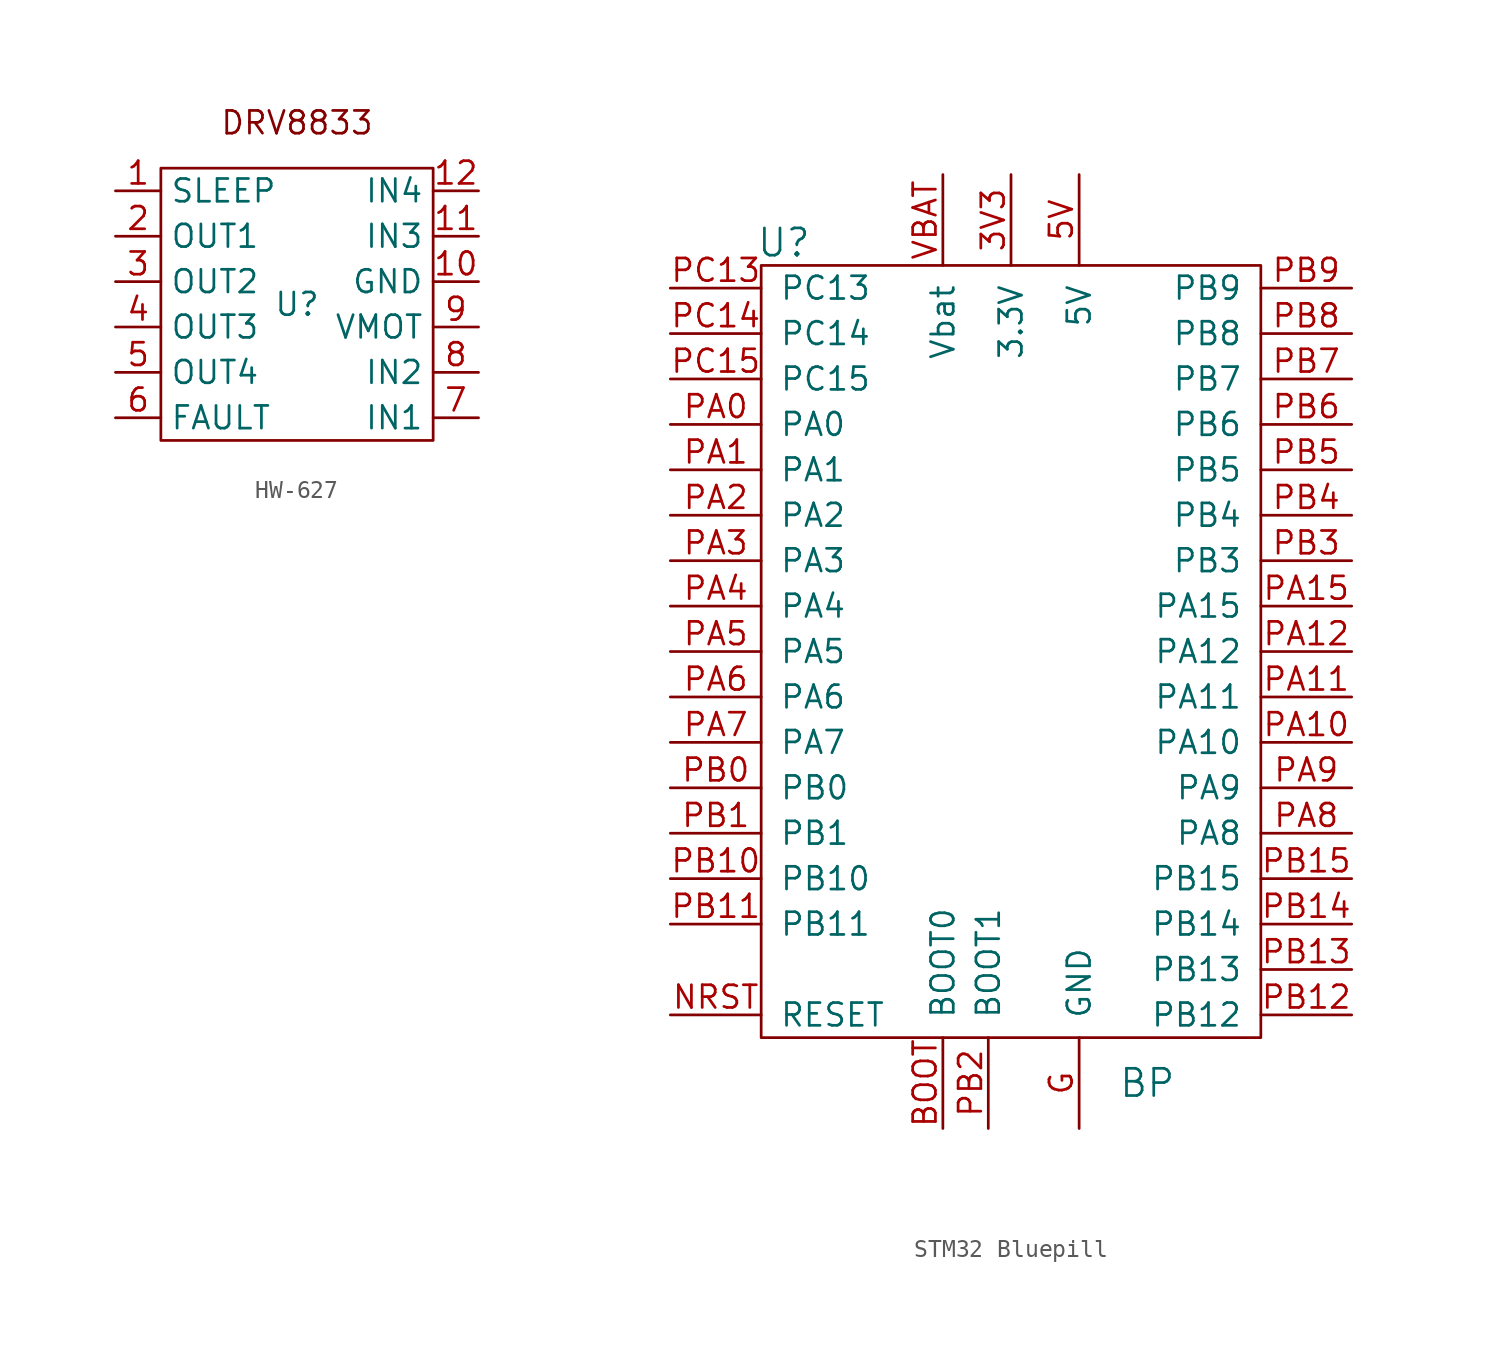
<source format=kicad_sym>
(kicad_symbol_lib
  (version 20220914)
  (generator kicad_symbol_editor)
  (symbol "HW-627"
    (property "Reference" "U"
      (at 0 0 0)
      (effects (font (size 1.27 1.27))))
    (property "Value" ""
      (at 2.54 3.81 0)
      (effects (font (size 1.27 1.27))))
    (symbol "HW-627_0_1"
      (rectangle (start -7.62 7.62) (end 7.62 -7.62) (stroke (width 0) (type default)) (fill (type none))))
    (symbol "HW-627_1_1"
      (text "DRV8833" (at 0 10.16 0) (effects (font (size 1.27 1.27))))
      (pin output line (at -10.16 6.35 0) (length 2.54) (name "SLEEP" (effects (font (size 1.27 1.27)))) (number "1" (effects (font (size 1.27 1.27)))))
      (pin power_out line (at 10.16 1.27 180) (length 2.54) (name "GND" (effects (font (size 1.27 1.27)))) (number "10" (effects (font (size 1.27 1.27)))))
      (pin input line (at 10.16 3.81 180) (length 2.54) (name "IN3" (effects (font (size 1.27 1.27)))) (number "11" (effects (font (size 1.27 1.27)))))
      (pin input line (at 10.16 6.35 180) (length 2.54) (name "IN4" (effects (font (size 1.27 1.27)))) (number "12" (effects (font (size 1.27 1.27)))))
      (pin output line (at -10.16 3.81 0) (length 2.54) (name "OUT1" (effects (font (size 1.27 1.27)))) (number "2" (effects (font (size 1.27 1.27)))))
      (pin output line (at -10.16 1.27 0) (length 2.54) (name "OUT2" (effects (font (size 1.27 1.27)))) (number "3" (effects (font (size 1.27 1.27)))))
      (pin output line (at -10.16 -1.27 0) (length 2.54) (name "OUT3" (effects (font (size 1.27 1.27)))) (number "4" (effects (font (size 1.27 1.27)))))
      (pin output line (at -10.16 -3.81 0) (length 2.54) (name "OUT4" (effects (font (size 1.27 1.27)))) (number "5" (effects (font (size 1.27 1.27)))))
      (pin output line (at -10.16 -6.35 0) (length 2.54) (name "FAULT" (effects (font (size 1.27 1.27)))) (number "6" (effects (font (size 1.27 1.27)))))
      (pin input line (at 10.16 -6.35 180) (length 2.54) (name "IN1" (effects (font (size 1.27 1.27)))) (number "7" (effects (font (size 1.27 1.27)))))
      (pin input line (at 10.16 -3.81 180) (length 2.54) (name "IN2" (effects (font (size 1.27 1.27)))) (number "8" (effects (font (size 1.27 1.27)))))
      (pin power_in line (at 10.16 -1.27 180) (length 2.54) (name "VMOT" (effects (font (size 1.27 1.27)))) (number "9" (effects (font (size 1.27 1.27)))))))
  (symbol "STM32 Bluepill"
    (pin_names
      (offset 1.016))
    (property "Reference" "U"
      (at -12.7 22.86 0)
      (effects (font (size 1.524 1.524))))
    (property "Value" "BP"
      (at 7.62 -24.13 0)
      (effects (font (size 1.524 1.524))))
    (symbol "STM32 Bluepill_0_1"
      (rectangle (start -13.97 21.59) (end 13.97 -21.59) (stroke (width 0) (type solid)) (fill (type none))))
    (symbol "STM32 Bluepill_1_1"
      (pin power_out line (at 0 26.67 270) (length 5.08) (name "3.3V" (effects (font (size 1.27 1.27)))) (number "3V3" (effects (font (size 1.27 1.27)))))
      (pin power_out line (at 3.81 26.67 270) (length 5.08) (name "5V" (effects (font (size 1.27 1.27)))) (number "5V" (effects (font (size 1.27 1.27)))))
      (pin input line (at -3.81 -26.67 90) (length 5.08) (name "BOOT0" (effects (font (size 1.27 1.27)))) (number "BOOT" (effects (font (size 1.27 1.27)))))
      (pin power_out line (at 3.81 -26.67 90) (length 5.08) (name "GND" (effects (font (size 1.27 1.27)))) (number "G" (effects (font (size 1.27 1.27)))))
      (pin input line (at -19.05 -20.32 0) (length 5.08) (name "RESET" (effects (font (size 1.27 1.27)))) (number "NRST" (effects (font (size 1.27 1.27)))))
      (pin bidirectional line (at -19.05 12.7 0) (length 5.08) (name "PA0" (effects (font (size 1.27 1.27)))) (number "PA0" (effects (font (size 1.27 1.27)))))
      (pin bidirectional line (at -19.05 10.16 0) (length 5.08) (name "PA1" (effects (font (size 1.27 1.27)))) (number "PA1" (effects (font (size 1.27 1.27)))))
      (pin bidirectional line (at 19.05 -5.08 180) (length 5.08) (name "PA10" (effects (font (size 1.27 1.27)))) (number "PA10" (effects (font (size 1.27 1.27)))))
      (pin bidirectional line (at 19.05 -2.54 180) (length 5.08) (name "PA11" (effects (font (size 1.27 1.27)))) (number "PA11" (effects (font (size 1.27 1.27)))))
      (pin bidirectional line (at 19.05 0 180) (length 5.08) (name "PA12" (effects (font (size 1.27 1.27)))) (number "PA12" (effects (font (size 1.27 1.27)))))
      (pin bidirectional line (at 19.05 2.54 180) (length 5.08) (name "PA15" (effects (font (size 1.27 1.27)))) (number "PA15" (effects (font (size 1.27 1.27)))))
      (pin bidirectional line (at -19.05 7.62 0) (length 5.08) (name "PA2" (effects (font (size 1.27 1.27)))) (number "PA2" (effects (font (size 1.27 1.27)))))
      (pin bidirectional line (at -19.05 5.08 0) (length 5.08) (name "PA3" (effects (font (size 1.27 1.27)))) (number "PA3" (effects (font (size 1.27 1.27)))))
      (pin bidirectional line (at -19.05 2.54 0) (length 5.08) (name "PA4" (effects (font (size 1.27 1.27)))) (number "PA4" (effects (font (size 1.27 1.27)))))
      (pin bidirectional line (at -19.05 0 0) (length 5.08) (name "PA5" (effects (font (size 1.27 1.27)))) (number "PA5" (effects (font (size 1.27 1.27)))))
      (pin bidirectional line (at -19.05 -2.54 0) (length 5.08) (name "PA6" (effects (font (size 1.27 1.27)))) (number "PA6" (effects (font (size 1.27 1.27)))))
      (pin bidirectional line (at -19.05 -5.08 0) (length 5.08) (name "PA7" (effects (font (size 1.27 1.27)))) (number "PA7" (effects (font (size 1.27 1.27)))))
      (pin bidirectional line (at 19.05 -10.16 180) (length 5.08) (name "PA8" (effects (font (size 1.27 1.27)))) (number "PA8" (effects (font (size 1.27 1.27)))))
      (pin bidirectional line (at 19.05 -7.62 180) (length 5.08) (name "PA9" (effects (font (size 1.27 1.27)))) (number "PA9" (effects (font (size 1.27 1.27)))))
      (pin bidirectional line (at -19.05 -7.62 0) (length 5.08) (name "PB0" (effects (font (size 1.27 1.27)))) (number "PB0" (effects (font (size 1.27 1.27)))))
      (pin bidirectional line (at -19.05 -10.16 0) (length 5.08) (name "PB1" (effects (font (size 1.27 1.27)))) (number "PB1" (effects (font (size 1.27 1.27)))))
      (pin bidirectional line (at -19.05 -12.7 0) (length 5.08) (name "PB10" (effects (font (size 1.27 1.27)))) (number "PB10" (effects (font (size 1.27 1.27)))))
      (pin bidirectional line (at -19.05 -15.24 0) (length 5.08) (name "PB11" (effects (font (size 1.27 1.27)))) (number "PB11" (effects (font (size 1.27 1.27)))))
      (pin bidirectional line (at 19.05 -20.32 180) (length 5.08) (name "PB12" (effects (font (size 1.27 1.27)))) (number "PB12" (effects (font (size 1.27 1.27)))))
      (pin bidirectional line (at 19.05 -17.78 180) (length 5.08) (name "PB13" (effects (font (size 1.27 1.27)))) (number "PB13" (effects (font (size 1.27 1.27)))))
      (pin bidirectional line (at 19.05 -15.24 180) (length 5.08) (name "PB14" (effects (font (size 1.27 1.27)))) (number "PB14" (effects (font (size 1.27 1.27)))))
      (pin bidirectional line (at 19.05 -12.7 180) (length 5.08) (name "PB15" (effects (font (size 1.27 1.27)))) (number "PB15" (effects (font (size 1.27 1.27)))))
      (pin input line (at -1.27 -26.67 90) (length 5.08) (name "BOOT1" (effects (font (size 1.27 1.27)))) (number "PB2" (effects (font (size 1.27 1.27)))))
      (pin bidirectional line (at 19.05 5.08 180) (length 5.08) (name "PB3" (effects (font (size 1.27 1.27)))) (number "PB3" (effects (font (size 1.27 1.27)))))
      (pin bidirectional line (at 19.05 7.62 180) (length 5.08) (name "PB4" (effects (font (size 1.27 1.27)))) (number "PB4" (effects (font (size 1.27 1.27)))))
      (pin bidirectional line (at 19.05 10.16 180) (length 5.08) (name "PB5" (effects (font (size 1.27 1.27)))) (number "PB5" (effects (font (size 1.27 1.27)))))
      (pin bidirectional line (at 19.05 12.7 180) (length 5.08) (name "PB6" (effects (font (size 1.27 1.27)))) (number "PB6" (effects (font (size 1.27 1.27)))))
      (pin bidirectional line (at 19.05 15.24 180) (length 5.08) (name "PB7" (effects (font (size 1.27 1.27)))) (number "PB7" (effects (font (size 1.27 1.27)))))
      (pin bidirectional line (at 19.05 17.78 180) (length 5.08) (name "PB8" (effects (font (size 1.27 1.27)))) (number "PB8" (effects (font (size 1.27 1.27)))))
      (pin bidirectional line (at 19.05 20.32 180) (length 5.08) (name "PB9" (effects (font (size 1.27 1.27)))) (number "PB9" (effects (font (size 1.27 1.27)))))
      (pin bidirectional line (at -19.05 20.32 0) (length 5.08) (name "PC13" (effects (font (size 1.27 1.27)))) (number "PC13" (effects (font (size 1.27 1.27)))))
      (pin bidirectional line (at -19.05 17.78 0) (length 5.08) (name "PC14" (effects (font (size 1.27 1.27)))) (number "PC14" (effects (font (size 1.27 1.27)))))
      (pin bidirectional line (at -19.05 15.24 0) (length 5.08) (name "PC15" (effects (font (size 1.27 1.27)))) (number "PC15" (effects (font (size 1.27 1.27)))))
      (pin power_in line (at -3.81 26.67 270) (length 5.08) (name "Vbat" (effects (font (size 1.27 1.27)))) (number "VBAT" (effects (font (size 1.27 1.27))))))))
</source>
